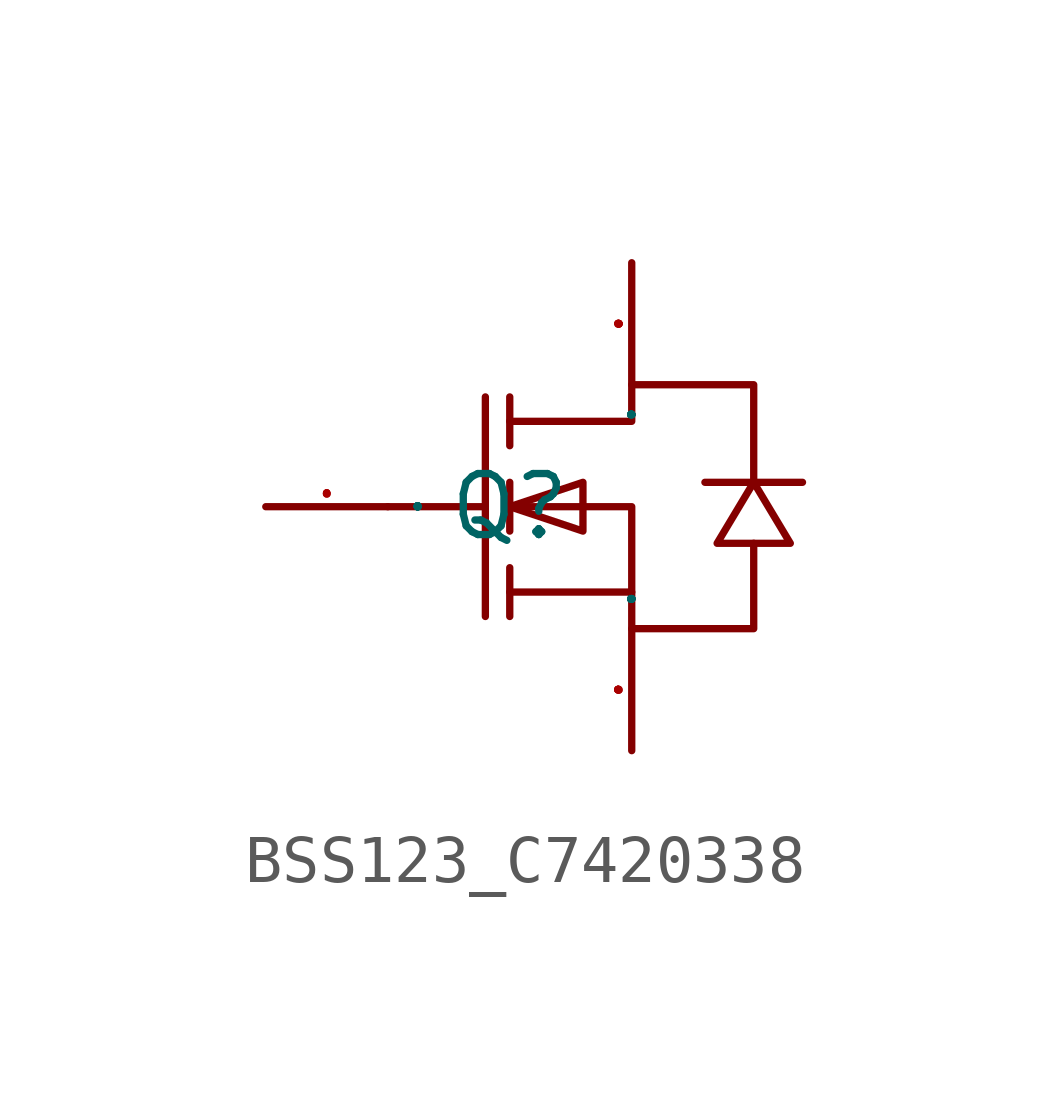
<source format=kicad_sym>
(kicad_symbol_lib
  (version 20241209)
  (generator "kicad_symbol_editor")
  (generator_version "9.0")
  (symbol "BSS123_C7420338"
    (property "Reference" "Q"
      (at 0 0 0)
      (effects (font (size 1.27 1.27))))
    (property "Value" ""
      (at 0 0 0)
      (effects (font (size 1.27 1.27))))
    (symbol "BSS123_C7420338_1_0"
      (polyline (pts (xy -2.54 0) (xy -0.508 0)) (stroke (width 0) (type default)) (fill (type none)))
      (polyline (pts (xy -0.508 2.286) (xy -0.508 -2.286)) (stroke (width 0) (type default)) (fill (type none)))
      (polyline (pts (xy 0 2.286) (xy 0 1.27)) (stroke (width 0) (type default)) (fill (type none)))
      (polyline (pts (xy 0 1.778) (xy 2.54 1.778) (xy 2.54 1.778) (xy 2.54 2.54) (xy 2.54 2.54) (xy 5.08 2.54) (xy 5.08 2.54) (xy 5.08 0.508)) (stroke (width 0) (type default)) (fill (type none)))
      (polyline (pts (xy 0 0) (xy 1.524 0.508) (xy 1.524 0.508) (xy 1.524 -0.508) (xy 1.524 -0.508) (xy 0 0)) (stroke (width 0) (type default)) (fill (type none)))
      (polyline (pts (xy 0 0) (xy 2.54 0) (xy 2.54 0) (xy 2.54 -2.54) (xy 2.54 -2.54) (xy 5.08 -2.54) (xy 5.08 -2.54) (xy 5.08 -0.762)) (stroke (width 0) (type default)) (fill (type none)))
      (polyline (pts (xy 0 -0.508) (xy 0 0.508)) (stroke (width 0) (type default)) (fill (type none)))
      (polyline (pts (xy 0 -2.286) (xy 0 -1.27)) (stroke (width 0) (type default)) (fill (type none)))
      (polyline (pts (xy 2.54 -1.778) (xy 0 -1.778)) (stroke (width 0) (type default)) (fill (type none)))
      (polyline (pts (xy 5.08 0.508) (xy 4.318 -0.762) (xy 4.318 -0.762) (xy 5.842 -0.762) (xy 5.842 -0.762) (xy 5.08 0.508)) (stroke (width 0) (type default)) (fill (type none)))
      (polyline (pts (xy 6.096 0.508) (xy 5.588 0.508) (xy 5.588 0.508) (xy 4.572 0.508) (xy 4.572 0.508) (xy 4.064 0.508)) (stroke (width 0) (type default)) (fill (type none)))
      (pin unspecified line (at -5.08 0 0) (length 2.54) (name "G" (effects (font (size 0.025 0.025)))) (number "1" (effects (font (size 0.025 0.025)))))
      (pin unspecified line (at 2.54 5.08 270) (length 2.54) (name "D" (effects (font (size 0.025 0.025)))) (number "3" (effects (font (size 0.025 0.025)))))
      (pin unspecified line (at 2.54 -5.08 90) (length 2.54) (name "S" (effects (font (size 0.025 0.025)))) (number "2" (effects (font (size 0.025 0.025))))))))
</source>
